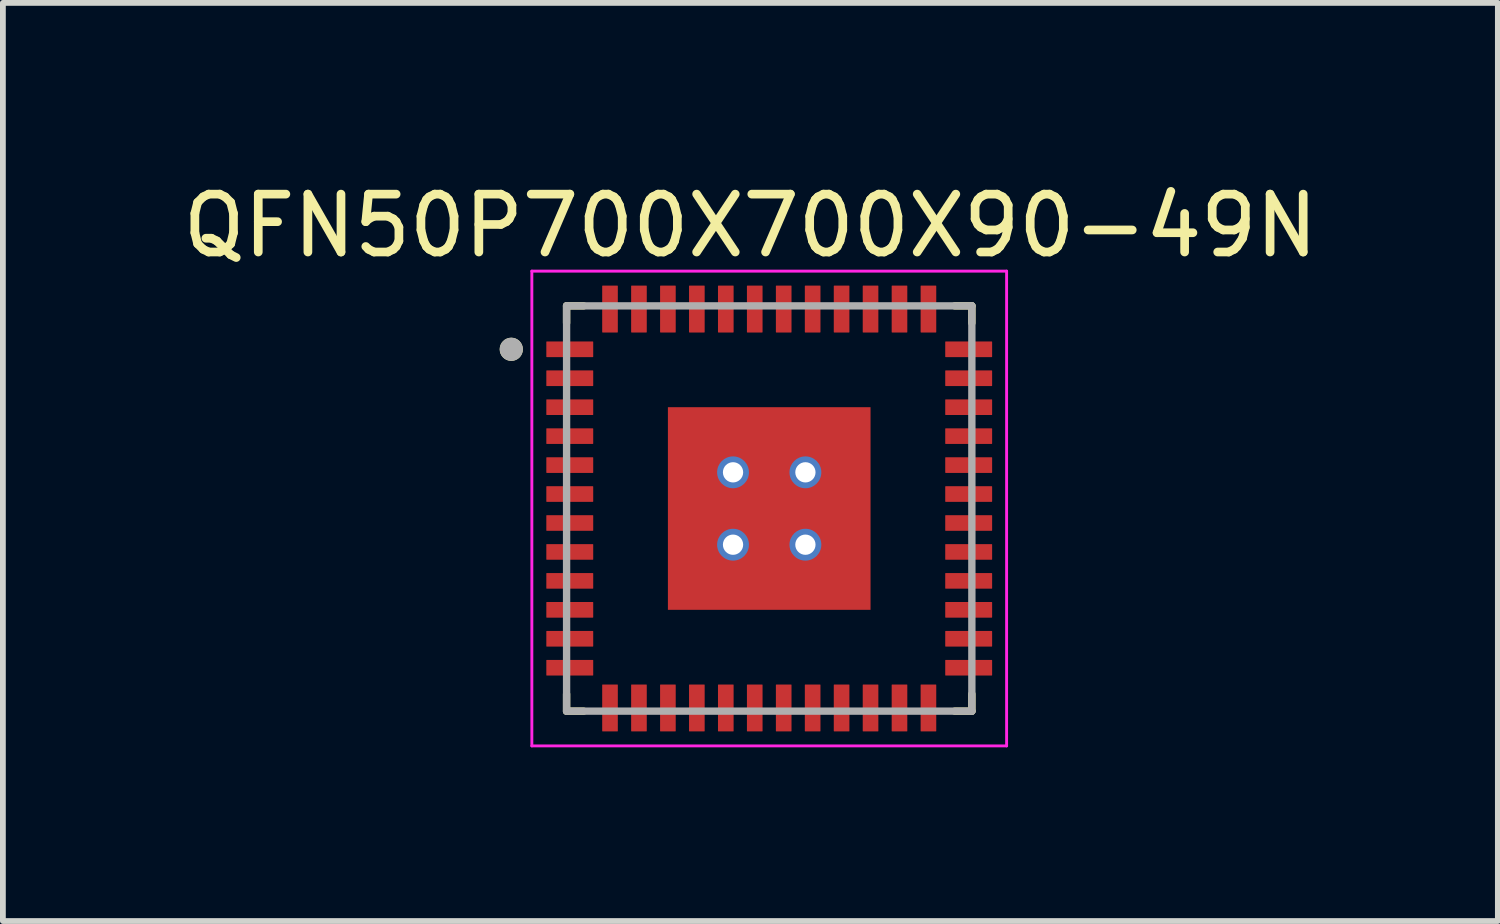
<source format=kicad_pcb>
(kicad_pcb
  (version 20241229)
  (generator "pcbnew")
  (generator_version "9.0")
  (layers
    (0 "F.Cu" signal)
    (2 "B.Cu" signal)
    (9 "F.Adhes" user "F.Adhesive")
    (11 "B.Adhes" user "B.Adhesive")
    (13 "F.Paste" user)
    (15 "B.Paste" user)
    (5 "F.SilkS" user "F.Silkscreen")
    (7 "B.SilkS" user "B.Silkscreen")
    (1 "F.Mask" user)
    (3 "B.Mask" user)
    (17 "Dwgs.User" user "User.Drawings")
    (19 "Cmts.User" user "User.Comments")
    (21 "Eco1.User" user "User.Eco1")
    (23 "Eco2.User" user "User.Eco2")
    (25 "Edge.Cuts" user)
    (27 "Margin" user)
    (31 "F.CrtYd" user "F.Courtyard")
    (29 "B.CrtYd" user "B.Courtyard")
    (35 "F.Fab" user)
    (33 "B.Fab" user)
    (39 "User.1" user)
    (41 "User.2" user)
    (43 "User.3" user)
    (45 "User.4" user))
  (footprint "QFN50P700X700X90-49N"
    (layer "F.Cu")
    (at 10.236 5.733)
    (property "Reference" "QFN50P700X700X90-49N" (at -0.325 -4.885 0) (layer "F.SilkS") (effects (font (size 1 1) (thickness 0.15))))
    (attr smd)
    (fp_line (start -3.5 -3.5) (end -3.5 -3.205) (stroke (width 0.127) (type solid)) (layer "F.SilkS"))
    (fp_line (start -3.5 -3.5) (end -3.205 -3.5) (stroke (width 0.127) (type solid)) (layer "F.SilkS"))
    (fp_line (start -3.5 3.5) (end -3.5 3.205) (stroke (width 0.127) (type solid)) (layer "F.SilkS"))
    (fp_line (start -3.5 3.5) (end -3.205 3.5) (stroke (width 0.127) (type solid)) (layer "F.SilkS"))
    (fp_line (start 3.5 -3.5) (end 3.205 -3.5) (stroke (width 0.127) (type solid)) (layer "F.SilkS"))
    (fp_line (start 3.5 -3.5) (end 3.5 -3.205) (stroke (width 0.127) (type solid)) (layer "F.SilkS"))
    (fp_line (start 3.5 3.5) (end 3.205 3.5) (stroke (width 0.127) (type solid)) (layer "F.SilkS"))
    (fp_line (start 3.5 3.5) (end 3.5 3.205) (stroke (width 0.127) (type solid)) (layer "F.SilkS"))
    (fp_circle (center -4.455 -2.75) (end -4.355 -2.75) (stroke (width 0.2) (type solid)) (fill no) (layer "F.SilkS"))
    (fp_poly (pts (xy -1.125 -1.125) (xy -0.125 -1.125) (xy -0.125 -0.125) (xy -1.125 -0.125)) (stroke (width 0.01) (type solid)) (fill yes) (layer "F.Paste"))
    (fp_poly (pts (xy -1.125 0.125) (xy -0.125 0.125) (xy -0.125 1.125) (xy -1.125 1.125)) (stroke (width 0.01) (type solid)) (fill yes) (layer "F.Paste"))
    (fp_poly (pts (xy 0.125 -1.125) (xy 1.125 -1.125) (xy 1.125 -0.125) (xy 0.125 -0.125)) (stroke (width 0.01) (type solid)) (fill yes) (layer "F.Paste"))
    (fp_poly (pts (xy 0.125 0.125) (xy 1.125 0.125) (xy 1.125 1.125) (xy 0.125 1.125)) (stroke (width 0.01) (type solid)) (fill yes) (layer "F.Paste"))
    (fp_line (start -4.1 -4.1) (end 4.1 -4.1) (stroke (width 0.05) (type solid)) (layer "F.CrtYd"))
    (fp_line (start -4.1 4.1) (end -4.1 -4.1) (stroke (width 0.05) (type solid)) (layer "F.CrtYd"))
    (fp_line (start -4.1 4.1) (end 4.1 4.1) (stroke (width 0.05) (type solid)) (layer "F.CrtYd"))
    (fp_line (start 4.1 4.1) (end 4.1 -4.1) (stroke (width 0.05) (type solid)) (layer "F.CrtYd"))
    (fp_line (start -3.5 3.5) (end -3.5 -3.5) (stroke (width 0.127) (type solid)) (layer "F.Fab"))
    (fp_line (start 3.5 -3.5) (end -3.5 -3.5) (stroke (width 0.127) (type solid)) (layer "F.Fab"))
    (fp_line (start 3.5 3.5) (end -3.5 3.5) (stroke (width 0.127) (type solid)) (layer "F.Fab"))
    (fp_line (start 3.5 3.5) (end 3.5 -3.5) (stroke (width 0.127) (type solid)) (layer "F.Fab"))
    (fp_circle (center -4.455 -2.75) (end -4.355 -2.75) (stroke (width 0.2) (type solid)) (fill no) (layer "F.Fab"))
    (pad "1" smd roundrect (at -3.445 -2.75) (size 0.81 0.27) (layers "F.Cu" "F.Mask" "F.Paste") (roundrect_rratio 0.03))
    (pad "2" smd roundrect (at -3.445 -2.25) (size 0.81 0.27) (layers "F.Cu" "F.Mask" "F.Paste") (roundrect_rratio 0.03))
    (pad "3" smd roundrect (at -3.445 -1.75) (size 0.81 0.27) (layers "F.Cu" "F.Mask" "F.Paste") (roundrect_rratio 0.03))
    (pad "4" smd roundrect (at -3.445 -1.25) (size 0.81 0.27) (layers "F.Cu" "F.Mask" "F.Paste") (roundrect_rratio 0.03))
    (pad "5" smd roundrect (at -3.445 -0.75) (size 0.81 0.27) (layers "F.Cu" "F.Mask" "F.Paste") (roundrect_rratio 0.03))
    (pad "6" smd roundrect (at -3.445 -0.25) (size 0.81 0.27) (layers "F.Cu" "F.Mask" "F.Paste") (roundrect_rratio 0.03))
    (pad "7" smd roundrect (at -3.445 0.25) (size 0.81 0.27) (layers "F.Cu" "F.Mask" "F.Paste") (roundrect_rratio 0.03))
    (pad "8" smd roundrect (at -3.445 0.75) (size 0.81 0.27) (layers "F.Cu" "F.Mask" "F.Paste") (roundrect_rratio 0.03))
    (pad "9" smd roundrect (at -3.445 1.25) (size 0.81 0.27) (layers "F.Cu" "F.Mask" "F.Paste") (roundrect_rratio 0.03))
    (pad "10" smd roundrect (at -3.445 1.75) (size 0.81 0.27) (layers "F.Cu" "F.Mask" "F.Paste") (roundrect_rratio 0.03))
    (pad "11" smd roundrect (at -3.445 2.25) (size 0.81 0.27) (layers "F.Cu" "F.Mask" "F.Paste") (roundrect_rratio 0.03))
    (pad "12" smd roundrect (at -3.445 2.75) (size 0.81 0.27) (layers "F.Cu" "F.Mask" "F.Paste") (roundrect_rratio 0.03))
    (pad "13" smd roundrect (at -2.75 3.445 90) (size 0.81 0.27) (layers "F.Cu" "F.Mask" "F.Paste") (roundrect_rratio 0.03))
    (pad "14" smd roundrect (at -2.25 3.445 90) (size 0.81 0.27) (layers "F.Cu" "F.Mask" "F.Paste") (roundrect_rratio 0.03))
    (pad "15" smd roundrect (at -1.75 3.445 90) (size 0.81 0.27) (layers "F.Cu" "F.Mask" "F.Paste") (roundrect_rratio 0.03))
    (pad "16" smd roundrect (at -1.25 3.445 90) (size 0.81 0.27) (layers "F.Cu" "F.Mask" "F.Paste") (roundrect_rratio 0.03))
    (pad "17" smd roundrect (at -0.75 3.445 90) (size 0.81 0.27) (layers "F.Cu" "F.Mask" "F.Paste") (roundrect_rratio 0.03))
    (pad "18" smd roundrect (at -0.25 3.445 90) (size 0.81 0.27) (layers "F.Cu" "F.Mask" "F.Paste") (roundrect_rratio 0.03))
    (pad "19" smd roundrect (at 0.25 3.445 90) (size 0.81 0.27) (layers "F.Cu" "F.Mask" "F.Paste") (roundrect_rratio 0.03))
    (pad "20" smd roundrect (at 0.75 3.445 90) (size 0.81 0.27) (layers "F.Cu" "F.Mask" "F.Paste") (roundrect_rratio 0.03))
    (pad "21" smd roundrect (at 1.25 3.445 90) (size 0.81 0.27) (layers "F.Cu" "F.Mask" "F.Paste") (roundrect_rratio 0.03))
    (pad "22" smd roundrect (at 1.75 3.445 90) (size 0.81 0.27) (layers "F.Cu" "F.Mask" "F.Paste") (roundrect_rratio 0.03))
    (pad "23" smd roundrect (at 2.25 3.445 90) (size 0.81 0.27) (layers "F.Cu" "F.Mask" "F.Paste") (roundrect_rratio 0.03))
    (pad "24" smd roundrect (at 2.75 3.445 90) (size 0.81 0.27) (layers "F.Cu" "F.Mask" "F.Paste") (roundrect_rratio 0.03))
    (pad "25" smd roundrect (at 3.445 2.75) (size 0.81 0.27) (layers "F.Cu" "F.Mask" "F.Paste") (roundrect_rratio 0.03))
    (pad "26" smd roundrect (at 3.445 2.25) (size 0.81 0.27) (layers "F.Cu" "F.Mask" "F.Paste") (roundrect_rratio 0.03))
    (pad "27" smd roundrect (at 3.445 1.75) (size 0.81 0.27) (layers "F.Cu" "F.Mask" "F.Paste") (roundrect_rratio 0.03))
    (pad "28" smd roundrect (at 3.445 1.25) (size 0.81 0.27) (layers "F.Cu" "F.Mask" "F.Paste") (roundrect_rratio 0.03))
    (pad "29" smd roundrect (at 3.445 0.75) (size 0.81 0.27) (layers "F.Cu" "F.Mask" "F.Paste") (roundrect_rratio 0.03))
    (pad "30" smd roundrect (at 3.445 0.25) (size 0.81 0.27) (layers "F.Cu" "F.Mask" "F.Paste") (roundrect_rratio 0.03))
    (pad "31" smd roundrect (at 3.445 -0.25) (size 0.81 0.27) (layers "F.Cu" "F.Mask" "F.Paste") (roundrect_rratio 0.03))
    (pad "32" smd roundrect (at 3.445 -0.75) (size 0.81 0.27) (layers "F.Cu" "F.Mask" "F.Paste") (roundrect_rratio 0.03))
    (pad "33" smd roundrect (at 3.445 -1.25) (size 0.81 0.27) (layers "F.Cu" "F.Mask" "F.Paste") (roundrect_rratio 0.03))
    (pad "34" smd roundrect (at 3.445 -1.75) (size 0.81 0.27) (layers "F.Cu" "F.Mask" "F.Paste") (roundrect_rratio 0.03))
    (pad "35" smd roundrect (at 3.445 -2.25) (size 0.81 0.27) (layers "F.Cu" "F.Mask" "F.Paste") (roundrect_rratio 0.03))
    (pad "36" smd roundrect (at 3.445 -2.75) (size 0.81 0.27) (layers "F.Cu" "F.Mask" "F.Paste") (roundrect_rratio 0.03))
    (pad "37" smd roundrect (at 2.75 -3.445 90) (size 0.81 0.27) (layers "F.Cu" "F.Mask" "F.Paste") (roundrect_rratio 0.03))
    (pad "38" smd roundrect (at 2.25 -3.445 90) (size 0.81 0.27) (layers "F.Cu" "F.Mask" "F.Paste") (roundrect_rratio 0.03))
    (pad "39" smd roundrect (at 1.75 -3.445 90) (size 0.81 0.27) (layers "F.Cu" "F.Mask" "F.Paste") (roundrect_rratio 0.03))
    (pad "40" smd roundrect (at 1.25 -3.445 90) (size 0.81 0.27) (layers "F.Cu" "F.Mask" "F.Paste") (roundrect_rratio 0.03))
    (pad "41" smd roundrect (at 0.75 -3.445 90) (size 0.81 0.27) (layers "F.Cu" "F.Mask" "F.Paste") (roundrect_rratio 0.03))
    (pad "42" smd roundrect (at 0.25 -3.445 90) (size 0.81 0.27) (layers "F.Cu" "F.Mask" "F.Paste") (roundrect_rratio 0.03))
    (pad "43" smd roundrect (at -0.25 -3.445 90) (size 0.81 0.27) (layers "F.Cu" "F.Mask" "F.Paste") (roundrect_rratio 0.03))
    (pad "44" smd roundrect (at -0.75 -3.445 90) (size 0.81 0.27) (layers "F.Cu" "F.Mask" "F.Paste") (roundrect_rratio 0.03))
    (pad "45" smd roundrect (at -1.25 -3.445 90) (size 0.81 0.27) (layers "F.Cu" "F.Mask" "F.Paste") (roundrect_rratio 0.03))
    (pad "46" smd roundrect (at -1.75 -3.445 90) (size 0.81 0.27) (layers "F.Cu" "F.Mask" "F.Paste") (roundrect_rratio 0.03))
    (pad "47" smd roundrect (at -2.25 -3.445 90) (size 0.81 0.27) (layers "F.Cu" "F.Mask" "F.Paste") (roundrect_rratio 0.03))
    (pad "48" smd roundrect (at -2.75 -3.445 90) (size 0.81 0.27) (layers "F.Cu" "F.Mask" "F.Paste") (roundrect_rratio 0.03))
    (pad "49" smd rect (at 0 0) (size 3.5 3.5) (layers "F.Cu" "F.Mask"))
    (pad "50" thru_hole circle (at -0.625 -0.625) (size 0.55 0.55) (drill 0.35) (layers "*.Cu" "*.Mask"))
    (pad "51" thru_hole circle (at 0.625 -0.625) (size 0.55 0.55) (drill 0.35) (layers "*.Cu" "*.Mask"))
    (pad "52" thru_hole circle (at -0.625 0.625) (size 0.55 0.55) (drill 0.35) (layers "*.Cu" "*.Mask"))
    (pad "53" thru_hole circle (at 0.625 0.625) (size 0.55 0.55) (drill 0.35) (layers "*.Cu" "*.Mask")))
  (gr_rect
    (start -3 -3)
    (end 22.821 12.858)
    (stroke (width 0.1) (type default))
    (fill no)
    (layer "Edge.Cuts")))
</source>
